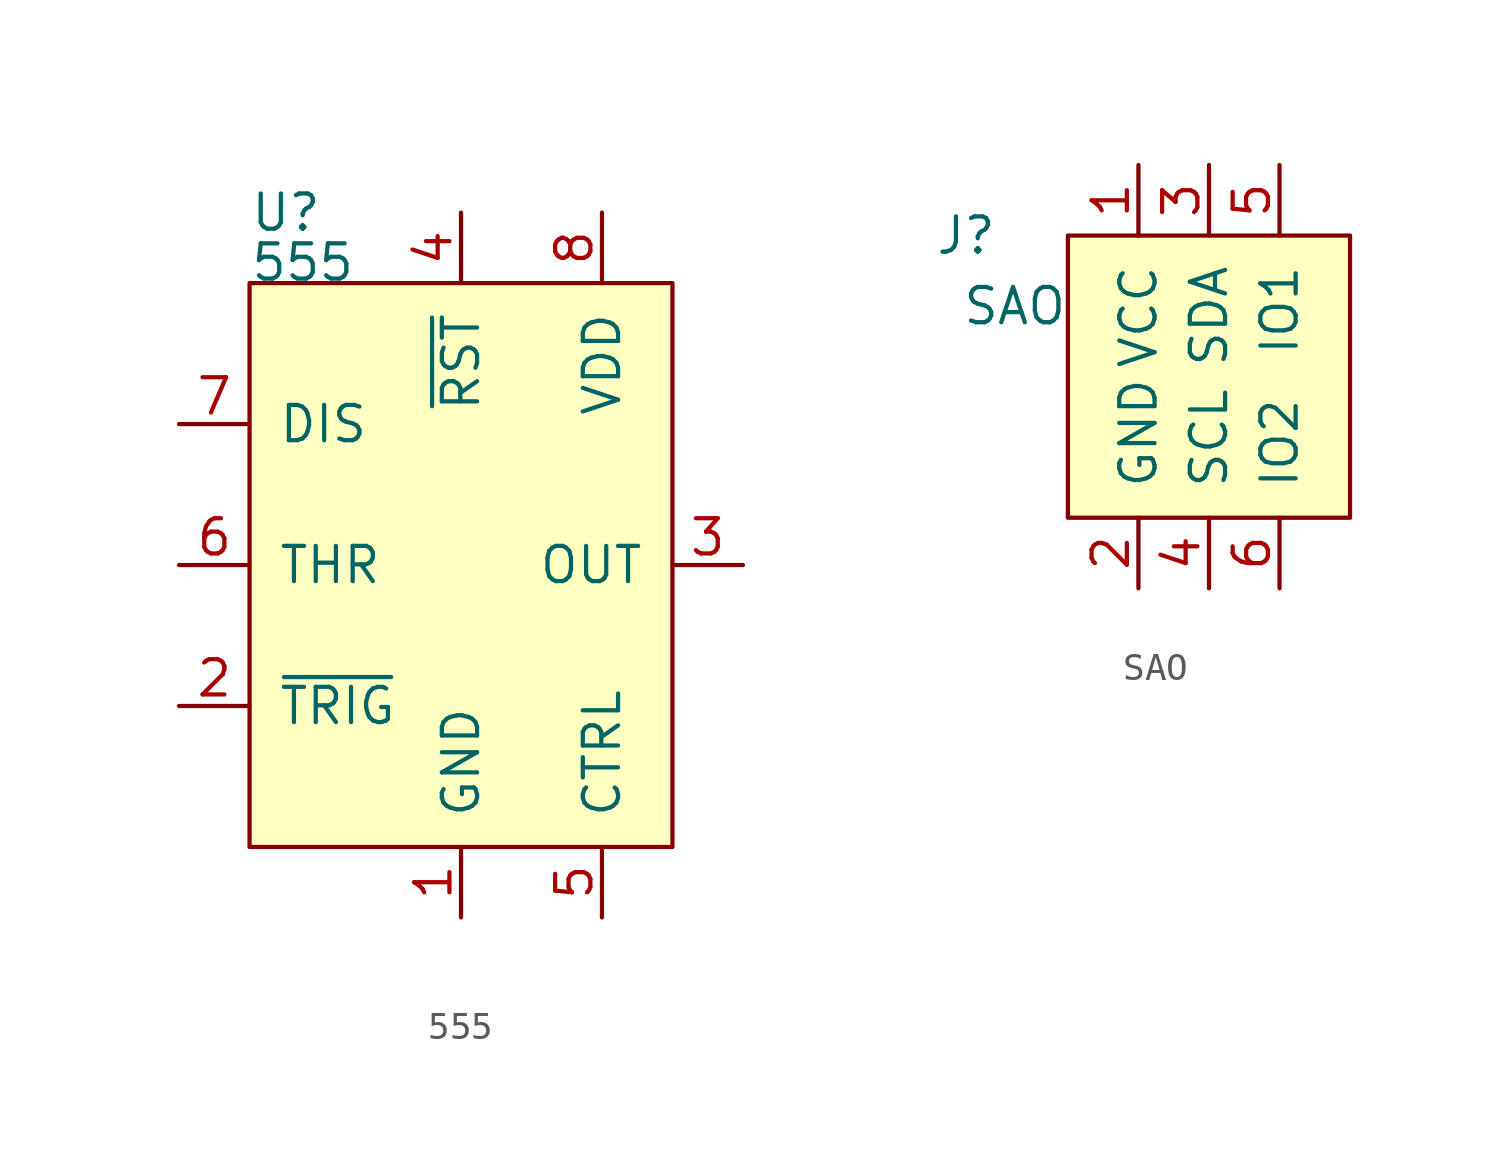
<source format=kicad_sym>
(kicad_symbol_lib
  (version 20220914)
  (generator kicad_symbol_editor)
  (symbol "555"
    (pin_names
      (offset 1.016))
    (property "Reference" "U"
      (at -7.62 12.7 0)
      (effects (font (size 1.27 1.27)) (justify left)))
    (property "Value" "555"
      (at -7.62 10.16 0)
      (effects (font (size 1.27 1.27)) (justify left bottom)))
    (symbol "555_0_1"
      (rectangle (start -7.62 10.16) (end 7.62 -10.16) (stroke (width 0) (type solid)) (fill (type background))))
    (symbol "555_1_1"
      (pin power_in line (at 0 -12.7 90) (length 2.54) (name "GND" (effects (font (size 1.27 1.27)))) (number "1" (effects (font (size 1.27 1.27)))))
      (pin bidirectional line (at -10.16 -5.08 0) (length 2.54) (name "~{TRIG}" (effects (font (size 1.27 1.27)))) (number "2" (effects (font (size 1.27 1.27)))))
      (pin bidirectional line (at 10.16 0 180) (length 2.54) (name "OUT" (effects (font (size 1.27 1.27)))) (number "3" (effects (font (size 1.27 1.27)))))
      (pin bidirectional line (at 0 12.7 270) (length 2.54) (name "~{RST}" (effects (font (size 1.27 1.27)))) (number "4" (effects (font (size 1.27 1.27)))))
      (pin bidirectional line (at 5.08 -12.7 90) (length 2.54) (name "CTRL" (effects (font (size 1.27 1.27)))) (number "5" (effects (font (size 1.27 1.27)))))
      (pin bidirectional line (at -10.16 0 0) (length 2.54) (name "THR" (effects (font (size 1.27 1.27)))) (number "6" (effects (font (size 1.27 1.27)))))
      (pin bidirectional line (at -10.16 5.08 0) (length 2.54) (name "DIS" (effects (font (size 1.27 1.27)))) (number "7" (effects (font (size 1.27 1.27)))))
      (pin bidirectional line (at 5.08 12.7 270) (length 2.54) (name "VDD" (effects (font (size 1.27 1.27)))) (number "8" (effects (font (size 1.27 1.27)))))))
  (symbol "SAO"
    (pin_names
      (offset 1.016))
    (property "Reference" "J"
      (at -7.62 5.08 0)
      (effects (font (size 1.27 1.27)) (justify right)))
    (property "Value" "SAO"
      (at -5.08 2.54 0)
      (effects (font (size 1.27 1.27)) (justify right)))
    (symbol "SAO_0_1"
      (rectangle (start -5.08 5.08) (end 5.08 -5.08) (stroke (width 0) (type solid)) (fill (type background))))
    (symbol "SAO_1_1"
      (pin power_in line (at -2.54 7.62 270) (length 2.54) (name "VCC" (effects (font (size 1.27 1.27)))) (number "1" (effects (font (size 1.27 1.27)))))
      (pin power_in line (at -2.54 -7.62 90) (length 2.54) (name "GND" (effects (font (size 1.27 1.27)))) (number "2" (effects (font (size 1.27 1.27)))))
      (pin bidirectional line (at 0 7.62 270) (length 2.54) (name "SDA" (effects (font (size 1.27 1.27)))) (number "3" (effects (font (size 1.27 1.27)))))
      (pin bidirectional line (at 0 -7.62 90) (length 2.54) (name "SCL" (effects (font (size 1.27 1.27)))) (number "4" (effects (font (size 1.27 1.27)))))
      (pin power_in line (at 2.54 7.62 270) (length 2.54) (name "IO1" (effects (font (size 1.27 1.27)))) (number "5" (effects (font (size 1.27 1.27)))))
      (pin bidirectional line (at 2.54 -7.62 90) (length 2.54) (name "IO2" (effects (font (size 1.27 1.27)))) (number "6" (effects (font (size 1.27 1.27))))))))
</source>
